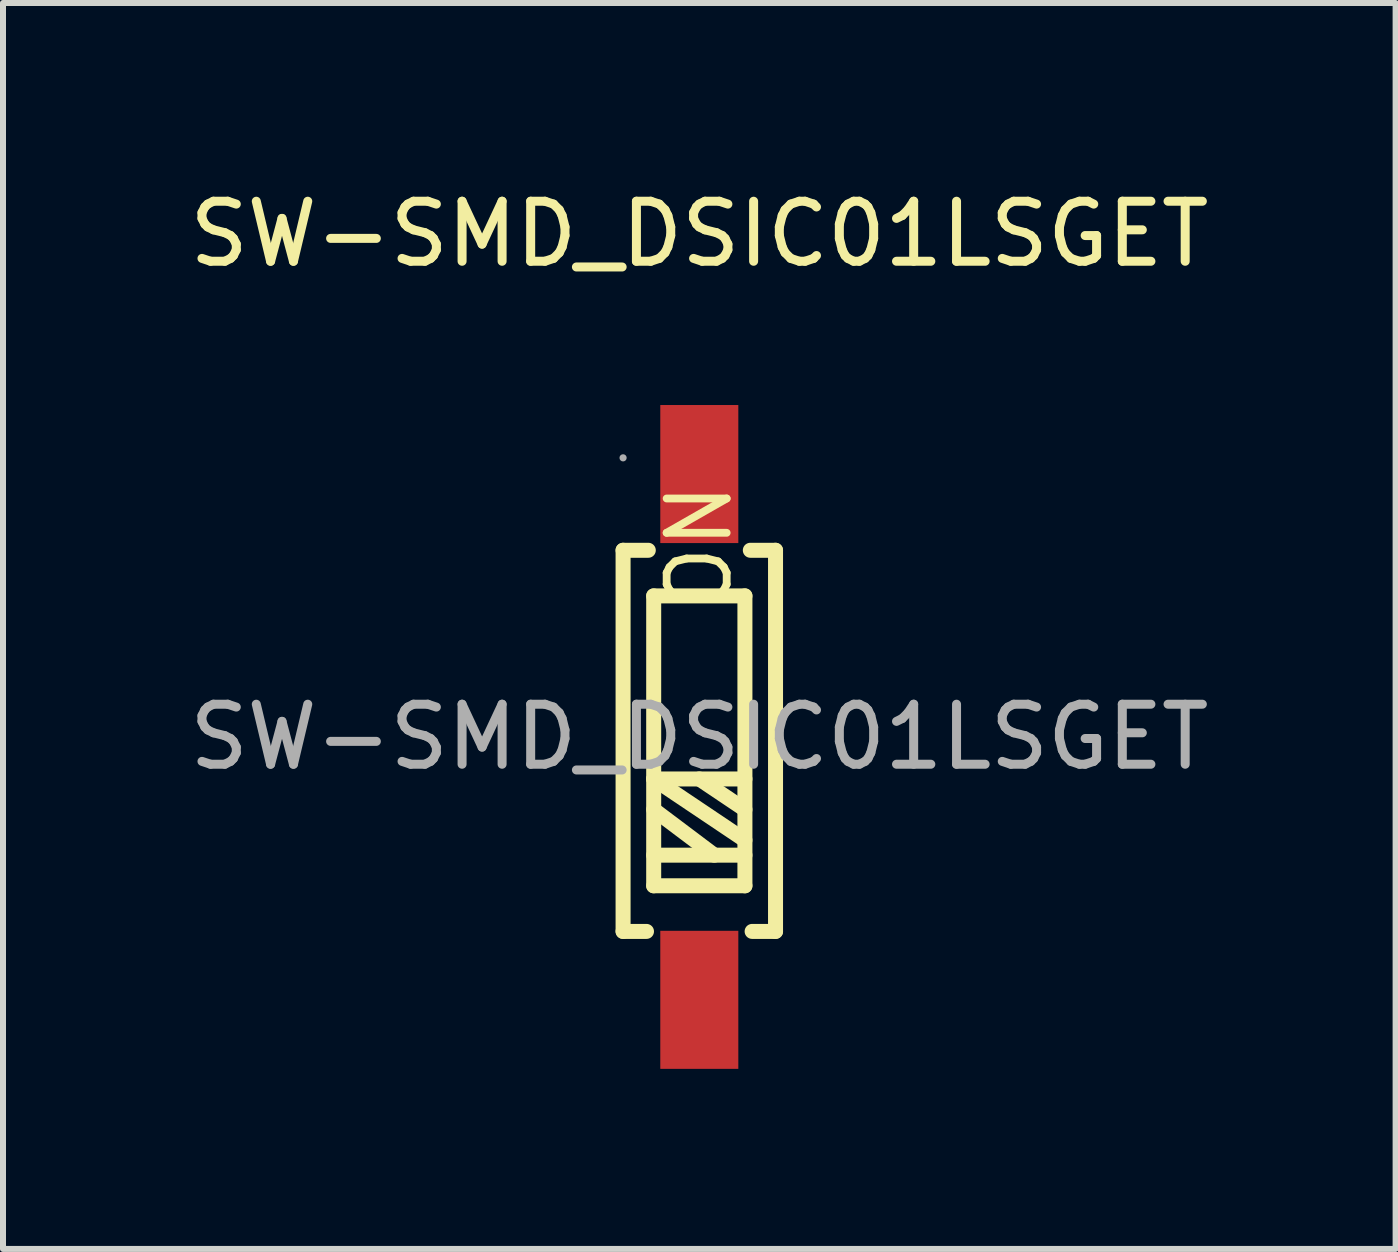
<source format=kicad_pcb>
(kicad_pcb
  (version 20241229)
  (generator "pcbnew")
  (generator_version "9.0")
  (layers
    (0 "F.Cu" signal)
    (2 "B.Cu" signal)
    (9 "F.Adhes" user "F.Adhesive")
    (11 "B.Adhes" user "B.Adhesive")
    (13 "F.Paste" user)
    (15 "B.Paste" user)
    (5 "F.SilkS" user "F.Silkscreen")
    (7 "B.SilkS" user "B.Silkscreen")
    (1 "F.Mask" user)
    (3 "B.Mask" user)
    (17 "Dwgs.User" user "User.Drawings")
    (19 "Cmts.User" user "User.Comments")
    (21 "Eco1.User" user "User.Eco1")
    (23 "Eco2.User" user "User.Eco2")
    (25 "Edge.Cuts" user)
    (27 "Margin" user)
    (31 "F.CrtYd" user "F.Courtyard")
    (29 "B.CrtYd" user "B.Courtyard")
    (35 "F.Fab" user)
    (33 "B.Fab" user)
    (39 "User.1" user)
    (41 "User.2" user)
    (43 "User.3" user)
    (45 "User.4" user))
  (footprint "SW-SMD_DSIC01LSGET"
    (layer "F.Cu")
    (at 8.601 9.228)
    (property "Reference" "SW-SMD_DSIC01LSGET" (at 0 -8.38 0) (layer "F.SilkS") (effects (font (size 1 1) (thickness 0.15))))
    (attr smd)
    (fp_line (start -1.27 -3.11) (end -0.85 -3.11) (stroke (width 0.25) (type solid)) (layer "F.SilkS"))
    (fp_line (start -1.27 3.24) (end -1.27 -3.11) (stroke (width 0.25) (type solid)) (layer "F.SilkS"))
    (fp_line (start -1.27 3.24) (end -0.88 3.24) (stroke (width 0.25) (type solid)) (layer "F.SilkS"))
    (fp_line (start -0.76 -2.35) (end 0.76 -2.35) (stroke (width 0.25) (type solid)) (layer "F.SilkS"))
    (fp_line (start -0.76 0.7) (end 0.76 0.7) (stroke (width 0.25) (type solid)) (layer "F.SilkS"))
    (fp_line (start -0.76 1.21) (end 0.25 1.97) (stroke (width 0.25) (type solid)) (layer "F.SilkS"))
    (fp_line (start -0.76 1.97) (end 0.76 1.97) (stroke (width 0.25) (type solid)) (layer "F.SilkS"))
    (fp_line (start -0.76 2.48) (end -0.76 -2.35) (stroke (width 0.25) (type solid)) (layer "F.SilkS"))
    (fp_line (start 0 0.7) (end 0.76 1.21) (stroke (width 0.25) (type solid)) (layer "F.SilkS"))
    (fp_line (start 0.76 -2.35) (end 0.76 2.48) (stroke (width 0.25) (type solid)) (layer "F.SilkS"))
    (fp_line (start 0.76 1.72) (end -0.76 0.7) (stroke (width 0.25) (type solid)) (layer "F.SilkS"))
    (fp_line (start 0.76 2.48) (end -0.76 2.48) (stroke (width 0.25) (type solid)) (layer "F.SilkS"))
    (fp_line (start 0.85 -3.11) (end 1.27 -3.11) (stroke (width 0.25) (type solid)) (layer "F.SilkS"))
    (fp_line (start 0.88 3.24) (end 1.27 3.24) (stroke (width 0.25) (type solid)) (layer "F.SilkS"))
    (fp_line (start 1.27 -3.11) (end 1.27 3.24) (stroke (width 0.25) (type solid)) (layer "F.SilkS"))
    (fp_circle (center -1.27 -4.65) (end -1.24 -4.65) (stroke (width 0.06) (type solid)) (fill no) (layer "F.Fab"))
    (fp_text user "ON" (at 0 -2.03 270) (layer "F.SilkS") (effects (font (size 1 1) (thickness 0.13)) (justify left)))
    (fp_text user "${REFERENCE}" (at 0 0 0) (layer "F.Fab") (effects (font (size 1 1) (thickness 0.15))))
    (pad "1" smd rect (at 0 -4.38) (size 1.3 2.3) (layers "F.Cu" "F.Mask" "F.Paste"))
    (pad "2" smd rect (at 0 4.38) (size 1.3 2.3) (layers "F.Cu" "F.Mask" "F.Paste")))
  (gr_rect
    (start -3 -3)
    (end 20.202 17.758)
    (stroke (width 0.1) (type default))
    (fill no)
    (layer "Edge.Cuts")))
</source>
